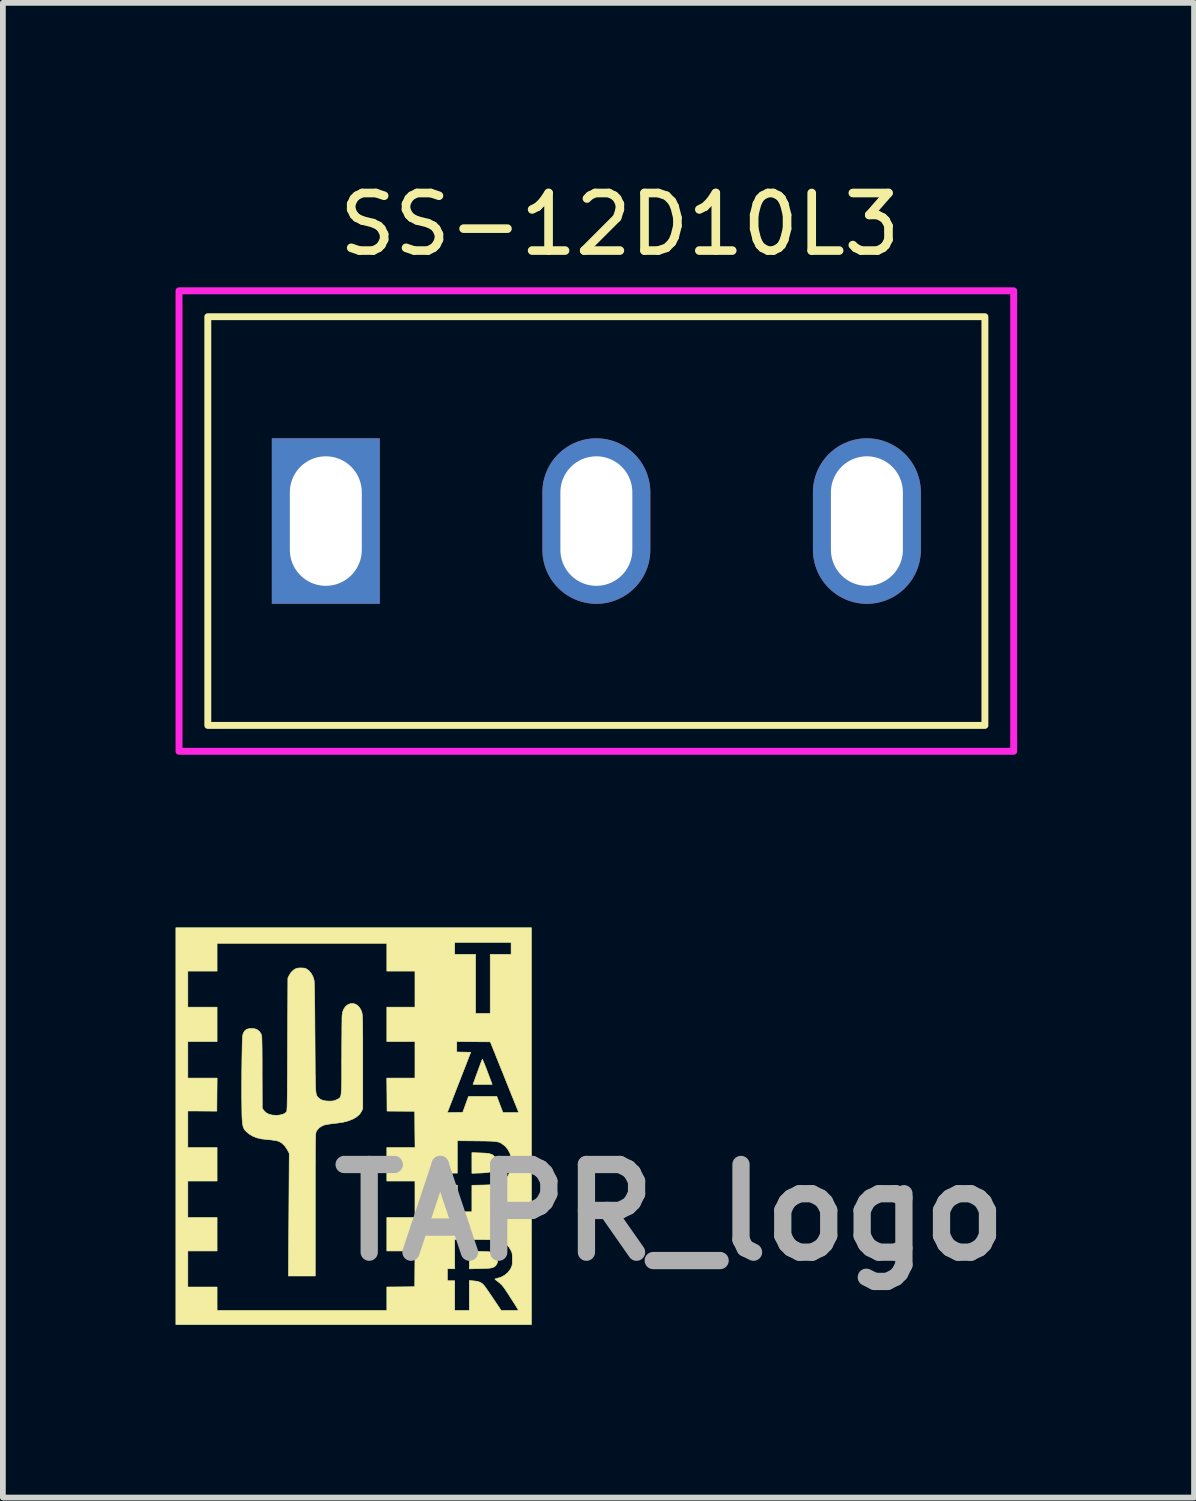
<source format=kicad_pcb>
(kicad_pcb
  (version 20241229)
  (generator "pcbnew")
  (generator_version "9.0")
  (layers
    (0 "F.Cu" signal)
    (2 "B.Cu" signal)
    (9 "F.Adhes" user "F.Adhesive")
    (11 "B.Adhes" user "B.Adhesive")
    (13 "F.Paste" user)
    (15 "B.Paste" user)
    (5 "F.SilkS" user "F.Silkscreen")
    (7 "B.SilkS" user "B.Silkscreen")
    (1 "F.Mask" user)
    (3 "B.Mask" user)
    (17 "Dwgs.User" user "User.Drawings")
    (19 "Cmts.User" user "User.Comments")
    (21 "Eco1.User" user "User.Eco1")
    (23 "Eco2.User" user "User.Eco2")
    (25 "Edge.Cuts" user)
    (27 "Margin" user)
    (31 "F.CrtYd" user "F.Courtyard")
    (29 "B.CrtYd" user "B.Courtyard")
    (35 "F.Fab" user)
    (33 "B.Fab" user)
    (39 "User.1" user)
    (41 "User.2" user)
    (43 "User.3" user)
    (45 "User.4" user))
  (footprint "TAPR_logo"
    (layer "F.Cu")
    (at 3.089 16.514)
    (property "Reference" "TAPR_logo" (at 5.5 1.5 0) (layer "F.Fab") (effects (font (size 1.524 1.524) (thickness 0.3))))
    (attr through_hole)
    (fp_poly (pts (xy 2.244 -1.156) (xy 2.254 -1.135) (xy 2.268 -1.101) (xy 2.286 -1.056) (xy 2.307 -1.003) (xy 2.328 -0.947) (xy 2.411 -0.726) (xy 2.078 -0.726) (xy 2.104 -0.796) (xy 2.116 -0.829) (xy 2.132 -0.875) (xy 2.152 -0.928) (xy 2.172 -0.983) (xy 2.182 -1.011) (xy 2.2 -1.06) (xy 2.215 -1.102) (xy 2.228 -1.135) (xy 2.237 -1.156) (xy 2.24 -1.163) (xy 2.244 -1.156)) (stroke (width 0.01) (type solid)) (fill yes) (layer "F.SilkS"))
    (fp_poly (pts (xy 2.209 0.465) (xy 2.279 0.468) (xy 2.333 0.473) (xy 2.375 0.481) (xy 2.406 0.492) (xy 2.431 0.507) (xy 2.45 0.528) (xy 2.463 0.548) (xy 2.479 0.587) (xy 2.486 0.633) (xy 2.484 0.678) (xy 2.473 0.715) (xy 2.454 0.745) (xy 2.43 0.769) (xy 2.4 0.786) (xy 2.361 0.799) (xy 2.31 0.807) (xy 2.244 0.812) (xy 2.202 0.814) (xy 2.059 0.819) (xy 2.059 0.46) (xy 2.209 0.465)) (stroke (width 0.01) (type solid)) (fill yes) (layer "F.SilkS"))
    (fp_poly (pts (xy 2.258 2.178) (xy 2.32 2.18) (xy 2.367 2.184) (xy 2.404 2.19) (xy 2.432 2.199) (xy 2.454 2.211) (xy 2.466 2.222) (xy 2.492 2.257) (xy 2.506 2.301) (xy 2.507 2.347) (xy 2.494 2.39) (xy 2.475 2.42) (xy 2.459 2.435) (xy 2.442 2.447) (xy 2.42 2.456) (xy 2.392 2.463) (xy 2.355 2.468) (xy 2.306 2.471) (xy 2.242 2.473) (xy 2.202 2.474) (xy 2.014 2.479) (xy 2.014 2.177) (xy 2.181 2.177) (xy 2.258 2.178)) (stroke (width 0.01) (type solid)) (fill yes) (layer "F.SilkS"))
    (fp_poly (pts (xy 3.093 3.447) (xy -3.084 3.447) (xy -3.084 -2.694) (xy -2.876 -2.694) (xy -2.876 -2.068) (xy -2.368 -2.068) (xy -2.368 -1.47) (xy -2.876 -1.47) (xy -2.876 -0.835) (xy -2.367 -0.835) (xy -2.37 -0.548) (xy -2.372 -0.261) (xy -2.624 -0.263) (xy -2.876 -0.264) (xy -2.876 0.372) (xy -2.368 0.372) (xy -2.368 0.953) (xy -2.876 0.953) (xy -2.876 1.587) (xy -2.368 1.587) (xy -2.368 2.168) (xy -2.876 2.168) (xy -2.876 2.794) (xy -2.368 2.794) (xy -2.368 3.202) (xy 0.581 3.202) (xy 0.581 2.794) (xy 0.823 2.792) (xy 1.066 2.789) (xy 1.068 2.479) (xy 1.068 2.477) (xy 1.633 2.477) (xy 1.633 2.685) (xy 1.76 2.685) (xy 1.76 3.202) (xy 2.014 3.202) (xy 2.014 2.682) (xy 2.09 2.688) (xy 2.151 2.696) (xy 2.199 2.711) (xy 2.238 2.734) (xy 2.265 2.761) (xy 2.278 2.777) (xy 2.299 2.805) (xy 2.326 2.844) (xy 2.359 2.892) (xy 2.395 2.944) (xy 2.43 2.997) (xy 2.568 3.202) (xy 2.717 3.202) (xy 2.767 3.202) (xy 2.81 3.201) (xy 2.842 3.2) (xy 2.862 3.199) (xy 2.867 3.198) (xy 2.862 3.189) (xy 2.849 3.166) (xy 2.829 3.134) (xy 2.804 3.093) (xy 2.775 3.048) (xy 2.744 3) (xy 2.713 2.951) (xy 2.683 2.904) (xy 2.655 2.863) (xy 2.632 2.828) (xy 2.614 2.803) (xy 2.608 2.794) (xy 2.578 2.759) (xy 2.541 2.724) (xy 2.513 2.702) (xy 2.487 2.682) (xy 2.468 2.666) (xy 2.459 2.657) (xy 2.459 2.657) (xy 2.466 2.652) (xy 2.485 2.647) (xy 2.488 2.646) (xy 2.56 2.626) (xy 2.626 2.591) (xy 2.683 2.544) (xy 2.726 2.487) (xy 2.735 2.471) (xy 2.747 2.446) (xy 2.755 2.425) (xy 2.759 2.402) (xy 2.762 2.373) (xy 2.762 2.333) (xy 2.762 2.313) (xy 2.762 2.267) (xy 2.76 2.233) (xy 2.757 2.208) (xy 2.75 2.187) (xy 2.74 2.164) (xy 2.737 2.157) (xy 2.698 2.095) (xy 2.65 2.047) (xy 2.589 2.011) (xy 2.516 1.986) (xy 2.475 1.978) (xy 2.452 1.976) (xy 2.414 1.974) (xy 2.363 1.972) (xy 2.301 1.971) (xy 2.231 1.969) (xy 2.156 1.969) (xy 2.089 1.969) (xy 1.76 1.968) (xy 1.76 2.477) (xy 1.633 2.477) (xy 1.068 2.477) (xy 1.071 2.168) (xy 0.581 2.168) (xy 0.581 1.587) (xy 1.07 1.587) (xy 1.07 0.953) (xy 0.581 0.953) (xy 0.581 0.816) (xy 1.633 0.816) (xy 1.633 1.025) (xy 1.805 1.025) (xy 1.805 1.488) (xy 2.059 1.488) (xy 2.059 1.027) (xy 2.252 1.023) (xy 2.319 1.021) (xy 2.372 1.019) (xy 2.412 1.017) (xy 2.443 1.013) (xy 2.469 1.009) (xy 2.492 1.003) (xy 2.504 0.999) (xy 2.577 0.967) (xy 2.638 0.921) (xy 2.686 0.862) (xy 2.721 0.793) (xy 2.742 0.714) (xy 2.749 0.635) (xy 2.741 0.547) (xy 2.719 0.469) (xy 2.682 0.401) (xy 2.631 0.343) (xy 2.609 0.326) (xy 2.587 0.31) (xy 2.567 0.296) (xy 2.547 0.286) (xy 2.524 0.277) (xy 2.497 0.271) (xy 2.463 0.266) (xy 2.421 0.262) (xy 2.369 0.26) (xy 2.304 0.258) (xy 2.225 0.257) (xy 2.139 0.256) (xy 1.805 0.253) (xy 1.805 0.816) (xy 1.633 0.816) (xy 0.581 0.816) (xy 0.581 0.372) (xy 1.071 0.372) (xy 1.068 0.057) (xy 1.066 -0.238) (xy 1.633 -0.238) (xy 1.641 -0.237) (xy 1.665 -0.237) (xy 1.7 -0.237) (xy 1.744 -0.238) (xy 1.767 -0.238) (xy 1.9 -0.24) (xy 2 -0.517) (xy 2.491 -0.517) (xy 2.598 -0.236) (xy 2.873 -0.236) (xy 2.66 -0.764) (xy 2.622 -0.86) (xy 2.585 -0.953) (xy 2.549 -1.041) (xy 2.516 -1.123) (xy 2.486 -1.197) (xy 2.461 -1.262) (xy 2.439 -1.314) (xy 2.423 -1.354) (xy 2.414 -1.378) (xy 2.413 -1.379) (xy 2.379 -1.465) (xy 2.087 -1.467) (xy 1.796 -1.47) (xy 1.796 -1.289) (xy 1.918 -1.286) (xy 2.039 -1.284) (xy 1.836 -0.762) (xy 1.8 -0.67) (xy 1.766 -0.583) (xy 1.735 -0.503) (xy 1.707 -0.43) (xy 1.682 -0.367) (xy 1.662 -0.315) (xy 1.647 -0.275) (xy 1.637 -0.249) (xy 1.633 -0.239) (xy 1.633 -0.238) (xy 1.066 -0.238) (xy 1.066 -0.259) (xy 0.826 -0.26) (xy 0.585 -0.262) (xy 0.583 -0.548) (xy 0.58 -0.835) (xy 1.07 -0.835) (xy 1.07 -1.47) (xy 0.581 -1.47) (xy 0.581 -2.068) (xy 1.07 -2.068) (xy 1.07 -2.694) (xy 0.581 -2.694) (xy 0.581 -3.175) (xy -2.368 -3.175) (xy -2.368 -2.694) (xy -2.876 -2.694) (xy -3.084 -2.694) (xy -3.084 -3.193) (xy 1.76 -3.193) (xy 1.76 -2.985) (xy 2.123 -2.985) (xy 2.123 -1.959) (xy 2.377 -1.959) (xy 2.377 -2.985) (xy 2.74 -2.985) (xy 2.74 -3.193) (xy 1.76 -3.193) (xy -3.084 -3.193) (xy -3.084 -3.447) (xy 3.093 -3.447) (xy 3.093 3.447)) (stroke (width 0.01) (type solid)) (fill yes) (layer "F.SilkS"))
    (fp_poly (pts (xy -0.888 -2.748) (xy -0.851 -2.745) (xy -0.825 -2.738) (xy -0.823 -2.737) (xy -0.771 -2.7) (xy -0.729 -2.649) (xy -0.698 -2.588) (xy -0.682 -2.531) (xy -0.68 -2.513) (xy -0.679 -2.478) (xy -0.677 -2.427) (xy -0.676 -2.359) (xy -0.674 -2.276) (xy -0.673 -2.179) (xy -0.671 -2.067) (xy -0.67 -1.943) (xy -0.669 -1.806) (xy -0.668 -1.658) (xy -0.667 -1.539) (xy -0.666 -1.384) (xy -0.665 -1.246) (xy -0.664 -1.124) (xy -0.663 -1.017) (xy -0.663 -0.924) (xy -0.661 -0.844) (xy -0.66 -0.776) (xy -0.659 -0.718) (xy -0.657 -0.671) (xy -0.654 -0.631) (xy -0.652 -0.6) (xy -0.648 -0.575) (xy -0.644 -0.555) (xy -0.64 -0.54) (xy -0.634 -0.528) (xy -0.628 -0.518) (xy -0.621 -0.51) (xy -0.614 -0.501) (xy -0.605 -0.492) (xy -0.57 -0.465) (xy -0.526 -0.447) (xy -0.468 -0.437) (xy -0.417 -0.435) (xy -0.375 -0.436) (xy -0.345 -0.44) (xy -0.319 -0.447) (xy -0.292 -0.459) (xy -0.29 -0.46) (xy -0.274 -0.468) (xy -0.26 -0.475) (xy -0.249 -0.481) (xy -0.238 -0.49) (xy -0.23 -0.5) (xy -0.223 -0.515) (xy -0.217 -0.535) (xy -0.213 -0.562) (xy -0.21 -0.596) (xy -0.207 -0.639) (xy -0.205 -0.692) (xy -0.204 -0.757) (xy -0.203 -0.834) (xy -0.203 -0.925) (xy -0.203 -1.032) (xy -0.203 -1.155) (xy -0.202 -1.206) (xy -0.202 -1.316) (xy -0.202 -1.421) (xy -0.201 -1.521) (xy -0.2 -1.613) (xy -0.2 -1.697) (xy -0.199 -1.77) (xy -0.198 -1.831) (xy -0.198 -1.878) (xy -0.197 -1.911) (xy -0.196 -1.924) (xy -0.185 -1.99) (xy -0.162 -2.043) (xy -0.131 -2.084) (xy -0.094 -2.112) (xy -0.053 -2.128) (xy -0.009 -2.131) (xy 0.034 -2.12) (xy 0.074 -2.096) (xy 0.109 -2.057) (xy 0.138 -2.005) (xy 0.15 -1.967) (xy 0.152 -1.956) (xy 0.154 -1.94) (xy 0.156 -1.918) (xy 0.158 -1.89) (xy 0.159 -1.853) (xy 0.16 -1.807) (xy 0.161 -1.751) (xy 0.162 -1.683) (xy 0.162 -1.603) (xy 0.163 -1.51) (xy 0.163 -1.402) (xy 0.163 -1.278) (xy 0.163 -1.137) (xy 0.163 -1.111) (xy 0.163 -0.304) (xy 0.142 -0.258) (xy 0.109 -0.208) (xy 0.059 -0.163) (xy -0.006 -0.125) (xy -0.085 -0.093) (xy -0.176 -0.069) (xy -0.276 -0.054) (xy -0.349 -0.046) (xy -0.406 -0.038) (xy -0.451 -0.031) (xy -0.486 -0.024) (xy -0.513 -0.017) (xy -0.535 -0.008) (xy -0.589 0.024) (xy -0.629 0.068) (xy -0.645 0.095) (xy -0.647 0.101) (xy -0.65 0.108) (xy -0.651 0.117) (xy -0.653 0.129) (xy -0.655 0.145) (xy -0.656 0.166) (xy -0.657 0.193) (xy -0.658 0.227) (xy -0.659 0.268) (xy -0.66 0.318) (xy -0.66 0.378) (xy -0.661 0.448) (xy -0.661 0.529) (xy -0.661 0.623) (xy -0.662 0.73) (xy -0.662 0.851) (xy -0.662 0.987) (xy -0.662 1.139) (xy -0.662 1.308) (xy -0.662 1.368) (xy -0.662 2.603) (xy -1.128 2.603) (xy -1.121 1.538) (xy -1.114 0.472) (xy -1.148 0.409) (xy -1.191 0.344) (xy -1.245 0.293) (xy -1.285 0.269) (xy -1.318 0.257) (xy -1.37 0.247) (xy -1.437 0.238) (xy -1.501 0.232) (xy -1.596 0.221) (xy -1.677 0.202) (xy -1.746 0.175) (xy -1.807 0.139) (xy -1.858 0.096) (xy -1.883 0.071) (xy -1.901 0.044) (xy -1.914 0.014) (xy -1.922 -0.024) (xy -1.929 -0.074) (xy -1.932 -0.113) (xy -1.934 -0.149) (xy -1.936 -0.201) (xy -1.937 -0.267) (xy -1.938 -0.346) (xy -1.939 -0.434) (xy -1.94 -0.531) (xy -1.94 -0.634) (xy -1.94 -0.741) (xy -1.939 -0.851) (xy -1.939 -0.961) (xy -1.937 -1.069) (xy -1.936 -1.174) (xy -1.934 -1.273) (xy -1.933 -1.315) (xy -1.932 -1.392) (xy -1.93 -1.454) (xy -1.928 -1.501) (xy -1.927 -1.538) (xy -1.924 -1.565) (xy -1.921 -1.585) (xy -1.917 -1.6) (xy -1.912 -1.614) (xy -1.907 -1.625) (xy -1.883 -1.661) (xy -1.85 -1.684) (xy -1.806 -1.695) (xy -1.771 -1.698) (xy -1.713 -1.692) (xy -1.668 -1.675) (xy -1.632 -1.645) (xy -1.604 -1.603) (xy -1.601 -1.595) (xy -1.598 -1.587) (xy -1.595 -1.576) (xy -1.593 -1.562) (xy -1.591 -1.542) (xy -1.59 -1.516) (xy -1.589 -1.482) (xy -1.588 -1.439) (xy -1.587 -1.386) (xy -1.586 -1.321) (xy -1.586 -1.243) (xy -1.585 -1.151) (xy -1.585 -1.042) (xy -1.585 -0.94) (xy -1.583 -0.311) (xy -1.557 -0.274) (xy -1.519 -0.235) (xy -1.469 -0.208) (xy -1.407 -0.192) (xy -1.336 -0.188) (xy -1.288 -0.192) (xy -1.236 -0.203) (xy -1.196 -0.219) (xy -1.166 -0.244) (xy -1.16 -0.25) (xy -1.158 -0.255) (xy -1.157 -0.264) (xy -1.155 -0.279) (xy -1.154 -0.3) (xy -1.152 -0.329) (xy -1.151 -0.366) (xy -1.15 -0.412) (xy -1.149 -0.468) (xy -1.148 -0.535) (xy -1.147 -0.614) (xy -1.147 -0.705) (xy -1.146 -0.81) (xy -1.145 -0.929) (xy -1.145 -1.064) (xy -1.144 -1.215) (xy -1.143 -1.383) (xy -1.143 -1.419) (xy -1.138 -2.572) (xy -1.113 -2.624) (xy -1.08 -2.674) (xy -1.038 -2.714) (xy -0.992 -2.74) (xy -0.965 -2.746) (xy -0.928 -2.749) (xy -0.888 -2.748)) (stroke (width 0.01) (type solid)) (fill yes) (layer "F.SilkS")))
  (footprint "SS-12D10L3"
    (layer "F.Cu")
    (at 7.31 6.002)
    (property "Reference" "SS-12D10L3" (at 0.408 -5.154 0) (unlocked yes) (layer "F.SilkS") (effects (font (size 1 1) (thickness 0.15))))
    (attr through_hole)
    (fp_rect (start -6.75 -3.55) (end 6.75 3.55) (stroke (width 0.12) (type default)) (fill no) (layer "F.SilkS"))
    (fp_rect (start -7.25 -4) (end 7.25 4) (stroke (width 0.12) (type default)) (fill no) (layer "F.CrtYd"))
    (pad "1" thru_hole rect (at -4.7 0) (size 1.875 2.875) (drill oval 1.25 2.25) (layers "*.Cu" "*.Mask"))
    (pad "2" thru_hole oval (at 0 0) (size 1.875 2.875) (drill oval 1.25 2.25) (layers "*.Cu" "*.Mask"))
    (pad "3" thru_hole oval (at 4.7 0) (size 1.875 2.875) (drill oval 1.25 2.25) (layers "*.Cu" "*.Mask")))
  (gr_rect
    (start -3 -3)
    (end 17.693 22.966)
    (stroke (width 0.1) (type default))
    (fill no)
    (layer "Edge.Cuts")))
</source>
